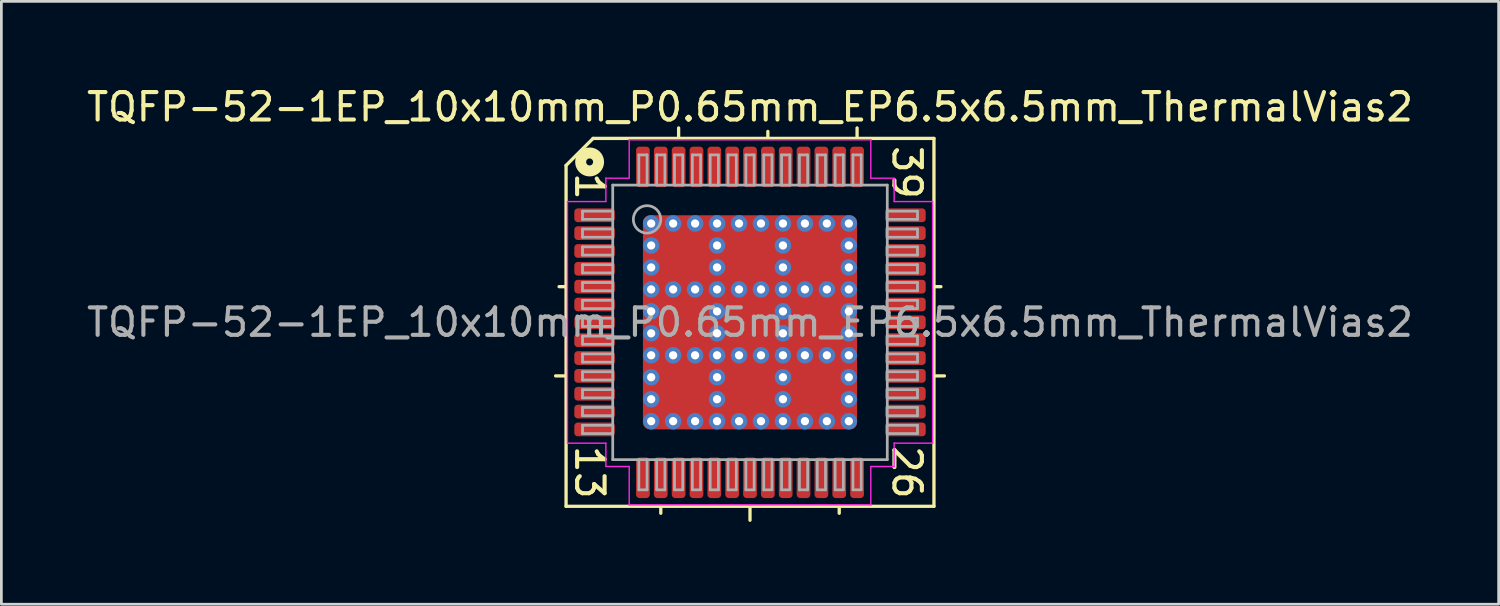
<source format=kicad_pcb>
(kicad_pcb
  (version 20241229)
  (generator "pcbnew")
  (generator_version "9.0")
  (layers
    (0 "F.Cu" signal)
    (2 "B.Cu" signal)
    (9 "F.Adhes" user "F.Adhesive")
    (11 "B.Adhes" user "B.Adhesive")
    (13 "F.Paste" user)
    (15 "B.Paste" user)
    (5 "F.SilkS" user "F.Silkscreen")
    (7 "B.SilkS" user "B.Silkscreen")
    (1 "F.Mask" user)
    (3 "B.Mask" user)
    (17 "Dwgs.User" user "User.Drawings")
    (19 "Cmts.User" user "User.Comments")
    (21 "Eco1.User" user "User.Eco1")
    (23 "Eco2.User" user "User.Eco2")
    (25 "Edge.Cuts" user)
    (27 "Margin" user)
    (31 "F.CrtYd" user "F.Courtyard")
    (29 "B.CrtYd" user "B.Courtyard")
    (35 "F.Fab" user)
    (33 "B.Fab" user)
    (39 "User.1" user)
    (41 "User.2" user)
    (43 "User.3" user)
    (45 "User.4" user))
  (footprint "TQFP-52-1EP_10x10mm_P0.65mm_EP6.5x6.5mm_ThermalVias2"
    (layer "F.Cu")
    (at 24.268 8.691)
    (property "Reference" "TQFP-52-1EP_10x10mm_P0.65mm_EP6.5x6.5mm_ThermalVias2" (at 0 -7.843 0) (layer "F.SilkS") (effects (font (size 1 1) (thickness 0.15))))
    (attr smd)
    (fp_line (start -6.7 -5.715) (end -6.7 6.7) (stroke (width 0.12) (type solid)) (layer "F.SilkS"))
    (fp_line (start -6.7 -1.3) (end -6.954 -1.3) (stroke (width 0.12) (type solid)) (layer "F.SilkS"))
    (fp_line (start -6.7 1.95) (end -7.081 1.95) (stroke (width 0.12) (type solid)) (layer "F.SilkS"))
    (fp_line (start -6.7 6.7) (end 6.7 6.7) (stroke (width 0.12) (type solid)) (layer "F.SilkS"))
    (fp_line (start -5.715 -6.7) (end -6.7 -5.715) (stroke (width 0.12) (type solid)) (layer "F.SilkS"))
    (fp_line (start -3.25 6.7) (end -3.25 6.954) (stroke (width 0.12) (type solid)) (layer "F.SilkS"))
    (fp_line (start -2.6 -6.7) (end -2.6 -7.081) (stroke (width 0.12) (type solid)) (layer "F.SilkS"))
    (fp_line (start 0 6.7) (end 0 7.208) (stroke (width 0.12) (type solid)) (layer "F.SilkS"))
    (fp_line (start 0.65 -6.7) (end 0.65 -6.954) (stroke (width 0.12) (type solid)) (layer "F.SilkS"))
    (fp_line (start 3.25 6.7) (end 3.25 6.954) (stroke (width 0.12) (type solid)) (layer "F.SilkS"))
    (fp_line (start 3.9 -6.7) (end 3.9 -7.081) (stroke (width 0.12) (type solid)) (layer "F.SilkS"))
    (fp_line (start 6.7 -6.7) (end -5.715 -6.7) (stroke (width 0.12) (type solid)) (layer "F.SilkS"))
    (fp_line (start 6.7 -1.3) (end 6.954 -1.3) (stroke (width 0.12) (type solid)) (layer "F.SilkS"))
    (fp_line (start 6.7 1.95) (end 7.081 1.95) (stroke (width 0.12) (type solid)) (layer "F.SilkS"))
    (fp_line (start 6.7 6.7) (end 6.7 -6.7) (stroke (width 0.12) (type solid)) (layer "F.SilkS"))
    (fp_circle (center -5.842 -5.842) (end -5.715 -5.842) (stroke (width 0.4) (type solid)) (fill no) (layer "F.SilkS"))
    (fp_line (start -6.65 -4.4) (end -6.65 0) (stroke (width 0.05) (type solid)) (layer "F.CrtYd"))
    (fp_line (start -6.65 4.4) (end -6.65 0) (stroke (width 0.05) (type solid)) (layer "F.CrtYd"))
    (fp_line (start -5.25 -5.25) (end -5.25 -4.4) (stroke (width 0.05) (type solid)) (layer "F.CrtYd"))
    (fp_line (start -5.25 -4.4) (end -6.65 -4.4) (stroke (width 0.05) (type solid)) (layer "F.CrtYd"))
    (fp_line (start -5.25 4.4) (end -6.65 4.4) (stroke (width 0.05) (type solid)) (layer "F.CrtYd"))
    (fp_line (start -5.25 5.25) (end -5.25 4.4) (stroke (width 0.05) (type solid)) (layer "F.CrtYd"))
    (fp_line (start -4.4 -6.65) (end -4.4 -5.25) (stroke (width 0.05) (type solid)) (layer "F.CrtYd"))
    (fp_line (start -4.4 -5.25) (end -5.25 -5.25) (stroke (width 0.05) (type solid)) (layer "F.CrtYd"))
    (fp_line (start -4.4 5.25) (end -5.25 5.25) (stroke (width 0.05) (type solid)) (layer "F.CrtYd"))
    (fp_line (start -4.4 6.65) (end -4.4 5.25) (stroke (width 0.05) (type solid)) (layer "F.CrtYd"))
    (fp_line (start 0 -6.65) (end -4.4 -6.65) (stroke (width 0.05) (type solid)) (layer "F.CrtYd"))
    (fp_line (start 0 -6.65) (end 4.4 -6.65) (stroke (width 0.05) (type solid)) (layer "F.CrtYd"))
    (fp_line (start 0 6.65) (end -4.4 6.65) (stroke (width 0.05) (type solid)) (layer "F.CrtYd"))
    (fp_line (start 0 6.65) (end 4.4 6.65) (stroke (width 0.05) (type solid)) (layer "F.CrtYd"))
    (fp_line (start 4.4 -6.65) (end 4.4 -5.25) (stroke (width 0.05) (type solid)) (layer "F.CrtYd"))
    (fp_line (start 4.4 -5.25) (end 5.25 -5.25) (stroke (width 0.05) (type solid)) (layer "F.CrtYd"))
    (fp_line (start 4.4 5.25) (end 5.25 5.25) (stroke (width 0.05) (type solid)) (layer "F.CrtYd"))
    (fp_line (start 4.4 6.65) (end 4.4 5.25) (stroke (width 0.05) (type solid)) (layer "F.CrtYd"))
    (fp_line (start 5.25 -5.25) (end 5.25 -4.4) (stroke (width 0.05) (type solid)) (layer "F.CrtYd"))
    (fp_line (start 5.25 -4.4) (end 6.65 -4.4) (stroke (width 0.05) (type solid)) (layer "F.CrtYd"))
    (fp_line (start 5.25 4.4) (end 6.65 4.4) (stroke (width 0.05) (type solid)) (layer "F.CrtYd"))
    (fp_line (start 5.25 5.25) (end 5.25 4.4) (stroke (width 0.05) (type solid)) (layer "F.CrtYd"))
    (fp_line (start 6.65 -4.4) (end 6.65 0) (stroke (width 0.05) (type solid)) (layer "F.CrtYd"))
    (fp_line (start 6.65 4.4) (end 6.65 0) (stroke (width 0.05) (type solid)) (layer "F.CrtYd"))
    (fp_line (start -6.1 -4.05) (end -6.1 -3.75) (stroke (width 0.1) (type solid)) (layer "F.Fab"))
    (fp_line (start -6.1 -4.05) (end -5 -4.05) (stroke (width 0.1) (type solid)) (layer "F.Fab"))
    (fp_line (start -6.1 -3.75) (end -5 -3.75) (stroke (width 0.1) (type solid)) (layer "F.Fab"))
    (fp_line (start -6.1 -3.4) (end -6.1 -3.1) (stroke (width 0.1) (type solid)) (layer "F.Fab"))
    (fp_line (start -6.1 -3.4) (end -5 -3.4) (stroke (width 0.1) (type solid)) (layer "F.Fab"))
    (fp_line (start -6.1 -3.1) (end -5 -3.1) (stroke (width 0.1) (type solid)) (layer "F.Fab"))
    (fp_line (start -6.1 -2.75) (end -6.1 -2.45) (stroke (width 0.1) (type solid)) (layer "F.Fab"))
    (fp_line (start -6.1 -2.75) (end -5 -2.75) (stroke (width 0.1) (type solid)) (layer "F.Fab"))
    (fp_line (start -6.1 -2.45) (end -5 -2.45) (stroke (width 0.1) (type solid)) (layer "F.Fab"))
    (fp_line (start -6.1 -2.1) (end -6.1 -1.8) (stroke (width 0.1) (type solid)) (layer "F.Fab"))
    (fp_line (start -6.1 -2.1) (end -5 -2.1) (stroke (width 0.1) (type solid)) (layer "F.Fab"))
    (fp_line (start -6.1 -1.8) (end -5 -1.8) (stroke (width 0.1) (type solid)) (layer "F.Fab"))
    (fp_line (start -6.1 -1.45) (end -6.1 -1.15) (stroke (width 0.1) (type solid)) (layer "F.Fab"))
    (fp_line (start -6.1 -1.45) (end -5 -1.45) (stroke (width 0.1) (type solid)) (layer "F.Fab"))
    (fp_line (start -6.1 -1.15) (end -5 -1.15) (stroke (width 0.1) (type solid)) (layer "F.Fab"))
    (fp_line (start -6.1 -0.8) (end -6.1 -0.5) (stroke (width 0.1) (type solid)) (layer "F.Fab"))
    (fp_line (start -6.1 -0.8) (end -5 -0.8) (stroke (width 0.1) (type solid)) (layer "F.Fab"))
    (fp_line (start -6.1 -0.5) (end -5 -0.5) (stroke (width 0.1) (type solid)) (layer "F.Fab"))
    (fp_line (start -6.1 -0.15) (end -6.1 0.15) (stroke (width 0.1) (type solid)) (layer "F.Fab"))
    (fp_line (start -6.1 -0.15) (end -5 -0.15) (stroke (width 0.1) (type solid)) (layer "F.Fab"))
    (fp_line (start -6.1 0.15) (end -5 0.15) (stroke (width 0.1) (type solid)) (layer "F.Fab"))
    (fp_line (start -6.1 0.5) (end -6.1 0.8) (stroke (width 0.1) (type solid)) (layer "F.Fab"))
    (fp_line (start -6.1 0.5) (end -5 0.5) (stroke (width 0.1) (type solid)) (layer "F.Fab"))
    (fp_line (start -6.1 0.8) (end -5 0.8) (stroke (width 0.1) (type solid)) (layer "F.Fab"))
    (fp_line (start -6.1 1.15) (end -6.1 1.45) (stroke (width 0.1) (type solid)) (layer "F.Fab"))
    (fp_line (start -6.1 1.15) (end -5 1.15) (stroke (width 0.1) (type solid)) (layer "F.Fab"))
    (fp_line (start -6.1 1.45) (end -5 1.45) (stroke (width 0.1) (type solid)) (layer "F.Fab"))
    (fp_line (start -6.1 1.8) (end -6.1 2.1) (stroke (width 0.1) (type solid)) (layer "F.Fab"))
    (fp_line (start -6.1 1.8) (end -5 1.8) (stroke (width 0.1) (type solid)) (layer "F.Fab"))
    (fp_line (start -6.1 2.1) (end -5 2.1) (stroke (width 0.1) (type solid)) (layer "F.Fab"))
    (fp_line (start -6.1 2.45) (end -6.1 2.75) (stroke (width 0.1) (type solid)) (layer "F.Fab"))
    (fp_line (start -6.1 2.45) (end -5 2.45) (stroke (width 0.1) (type solid)) (layer "F.Fab"))
    (fp_line (start -6.1 2.75) (end -5 2.75) (stroke (width 0.1) (type solid)) (layer "F.Fab"))
    (fp_line (start -6.1 3.1) (end -6.1 3.4) (stroke (width 0.1) (type solid)) (layer "F.Fab"))
    (fp_line (start -6.1 3.1) (end -5 3.1) (stroke (width 0.1) (type solid)) (layer "F.Fab"))
    (fp_line (start -6.1 3.4) (end -5 3.4) (stroke (width 0.1) (type solid)) (layer "F.Fab"))
    (fp_line (start -6.1 3.75) (end -6.1 4.05) (stroke (width 0.1) (type solid)) (layer "F.Fab"))
    (fp_line (start -6.1 3.75) (end -5 3.75) (stroke (width 0.1) (type solid)) (layer "F.Fab"))
    (fp_line (start -6.1 4.05) (end -5 4.05) (stroke (width 0.1) (type solid)) (layer "F.Fab"))
    (fp_line (start -5 -5) (end 5 -5) (stroke (width 0.1) (type solid)) (layer "F.Fab"))
    (fp_line (start -5 5) (end -5 -5) (stroke (width 0.1) (type solid)) (layer "F.Fab"))
    (fp_line (start -4.05 -6.1) (end -4.05 -5) (stroke (width 0.1) (type solid)) (layer "F.Fab"))
    (fp_line (start -4.05 6.1) (end -4.05 5) (stroke (width 0.1) (type solid)) (layer "F.Fab"))
    (fp_line (start -4.05 6.1) (end -3.75 6.1) (stroke (width 0.1) (type solid)) (layer "F.Fab"))
    (fp_line (start -3.75 -6.1) (end -4.05 -6.1) (stroke (width 0.1) (type solid)) (layer "F.Fab"))
    (fp_line (start -3.75 -6.1) (end -3.75 -5) (stroke (width 0.1) (type solid)) (layer "F.Fab"))
    (fp_line (start -3.75 6.1) (end -3.75 5) (stroke (width 0.1) (type solid)) (layer "F.Fab"))
    (fp_line (start -3.4 -6.1) (end -3.4 -5) (stroke (width 0.1) (type solid)) (layer "F.Fab"))
    (fp_line (start -3.4 6.1) (end -3.4 5) (stroke (width 0.1) (type solid)) (layer "F.Fab"))
    (fp_line (start -3.4 6.1) (end -3.1 6.1) (stroke (width 0.1) (type solid)) (layer "F.Fab"))
    (fp_line (start -3.1 -6.1) (end -3.4 -6.1) (stroke (width 0.1) (type solid)) (layer "F.Fab"))
    (fp_line (start -3.1 -6.1) (end -3.1 -5) (stroke (width 0.1) (type solid)) (layer "F.Fab"))
    (fp_line (start -3.1 6.1) (end -3.1 5) (stroke (width 0.1) (type solid)) (layer "F.Fab"))
    (fp_line (start -2.75 -6.1) (end -2.75 -5) (stroke (width 0.1) (type solid)) (layer "F.Fab"))
    (fp_line (start -2.75 6.1) (end -2.75 5) (stroke (width 0.1) (type solid)) (layer "F.Fab"))
    (fp_line (start -2.75 6.1) (end -2.45 6.1) (stroke (width 0.1) (type solid)) (layer "F.Fab"))
    (fp_line (start -2.45 -6.1) (end -2.75 -6.1) (stroke (width 0.1) (type solid)) (layer "F.Fab"))
    (fp_line (start -2.45 -6.1) (end -2.45 -5) (stroke (width 0.1) (type solid)) (layer "F.Fab"))
    (fp_line (start -2.45 6.1) (end -2.45 5) (stroke (width 0.1) (type solid)) (layer "F.Fab"))
    (fp_line (start -2.1 -6.1) (end -2.1 -5) (stroke (width 0.1) (type solid)) (layer "F.Fab"))
    (fp_line (start -2.1 6.1) (end -2.1 5) (stroke (width 0.1) (type solid)) (layer "F.Fab"))
    (fp_line (start -2.1 6.1) (end -1.8 6.1) (stroke (width 0.1) (type solid)) (layer "F.Fab"))
    (fp_line (start -1.8 -6.1) (end -2.1 -6.1) (stroke (width 0.1) (type solid)) (layer "F.Fab"))
    (fp_line (start -1.8 -6.1) (end -1.8 -5) (stroke (width 0.1) (type solid)) (layer "F.Fab"))
    (fp_line (start -1.8 6.1) (end -1.8 5) (stroke (width 0.1) (type solid)) (layer "F.Fab"))
    (fp_line (start -1.45 -6.1) (end -1.45 -5) (stroke (width 0.1) (type solid)) (layer "F.Fab"))
    (fp_line (start -1.45 6.1) (end -1.45 5) (stroke (width 0.1) (type solid)) (layer "F.Fab"))
    (fp_line (start -1.45 6.1) (end -1.15 6.1) (stroke (width 0.1) (type solid)) (layer "F.Fab"))
    (fp_line (start -1.15 -6.1) (end -1.45 -6.1) (stroke (width 0.1) (type solid)) (layer "F.Fab"))
    (fp_line (start -1.15 -6.1) (end -1.15 -5) (stroke (width 0.1) (type solid)) (layer "F.Fab"))
    (fp_line (start -1.15 6.1) (end -1.15 5) (stroke (width 0.1) (type solid)) (layer "F.Fab"))
    (fp_line (start -0.8 -6.1) (end -0.8 -5) (stroke (width 0.1) (type solid)) (layer "F.Fab"))
    (fp_line (start -0.8 6.1) (end -0.8 5) (stroke (width 0.1) (type solid)) (layer "F.Fab"))
    (fp_line (start -0.8 6.1) (end -0.5 6.1) (stroke (width 0.1) (type solid)) (layer "F.Fab"))
    (fp_line (start -0.5 -6.1) (end -0.8 -6.1) (stroke (width 0.1) (type solid)) (layer "F.Fab"))
    (fp_line (start -0.5 -6.1) (end -0.5 -5) (stroke (width 0.1) (type solid)) (layer "F.Fab"))
    (fp_line (start -0.5 6.1) (end -0.5 5) (stroke (width 0.1) (type solid)) (layer "F.Fab"))
    (fp_line (start -0.15 -6.1) (end -0.15 -5) (stroke (width 0.1) (type solid)) (layer "F.Fab"))
    (fp_line (start -0.15 6.1) (end -0.15 5) (stroke (width 0.1) (type solid)) (layer "F.Fab"))
    (fp_line (start -0.15 6.1) (end 0.15 6.1) (stroke (width 0.1) (type solid)) (layer "F.Fab"))
    (fp_line (start 0.15 -6.1) (end -0.15 -6.1) (stroke (width 0.1) (type solid)) (layer "F.Fab"))
    (fp_line (start 0.15 -6.1) (end 0.15 -5) (stroke (width 0.1) (type solid)) (layer "F.Fab"))
    (fp_line (start 0.15 6.1) (end 0.15 5) (stroke (width 0.1) (type solid)) (layer "F.Fab"))
    (fp_line (start 0.5 -6.1) (end 0.5 -5) (stroke (width 0.1) (type solid)) (layer "F.Fab"))
    (fp_line (start 0.5 6.1) (end 0.5 5) (stroke (width 0.1) (type solid)) (layer "F.Fab"))
    (fp_line (start 0.5 6.1) (end 0.8 6.1) (stroke (width 0.1) (type solid)) (layer "F.Fab"))
    (fp_line (start 0.8 -6.1) (end 0.5 -6.1) (stroke (width 0.1) (type solid)) (layer "F.Fab"))
    (fp_line (start 0.8 -6.1) (end 0.8 -5) (stroke (width 0.1) (type solid)) (layer "F.Fab"))
    (fp_line (start 0.8 6.1) (end 0.8 5) (stroke (width 0.1) (type solid)) (layer "F.Fab"))
    (fp_line (start 1.15 -6.1) (end 1.15 -5) (stroke (width 0.1) (type solid)) (layer "F.Fab"))
    (fp_line (start 1.15 6.1) (end 1.15 5) (stroke (width 0.1) (type solid)) (layer "F.Fab"))
    (fp_line (start 1.15 6.1) (end 1.45 6.1) (stroke (width 0.1) (type solid)) (layer "F.Fab"))
    (fp_line (start 1.45 -6.1) (end 1.15 -6.1) (stroke (width 0.1) (type solid)) (layer "F.Fab"))
    (fp_line (start 1.45 -6.1) (end 1.45 -5) (stroke (width 0.1) (type solid)) (layer "F.Fab"))
    (fp_line (start 1.45 6.1) (end 1.45 5) (stroke (width 0.1) (type solid)) (layer "F.Fab"))
    (fp_line (start 1.8 -6.1) (end 1.8 -5) (stroke (width 0.1) (type solid)) (layer "F.Fab"))
    (fp_line (start 1.8 6.1) (end 1.8 5) (stroke (width 0.1) (type solid)) (layer "F.Fab"))
    (fp_line (start 1.8 6.1) (end 2.1 6.1) (stroke (width 0.1) (type solid)) (layer "F.Fab"))
    (fp_line (start 2.1 -6.1) (end 1.8 -6.1) (stroke (width 0.1) (type solid)) (layer "F.Fab"))
    (fp_line (start 2.1 -6.1) (end 2.1 -5) (stroke (width 0.1) (type solid)) (layer "F.Fab"))
    (fp_line (start 2.1 6.1) (end 2.1 5) (stroke (width 0.1) (type solid)) (layer "F.Fab"))
    (fp_line (start 2.45 -6.1) (end 2.45 -5) (stroke (width 0.1) (type solid)) (layer "F.Fab"))
    (fp_line (start 2.45 6.1) (end 2.45 5) (stroke (width 0.1) (type solid)) (layer "F.Fab"))
    (fp_line (start 2.45 6.1) (end 2.75 6.1) (stroke (width 0.1) (type solid)) (layer "F.Fab"))
    (fp_line (start 2.75 -6.1) (end 2.45 -6.1) (stroke (width 0.1) (type solid)) (layer "F.Fab"))
    (fp_line (start 2.75 -6.1) (end 2.75 -5) (stroke (width 0.1) (type solid)) (layer "F.Fab"))
    (fp_line (start 2.75 6.1) (end 2.75 5) (stroke (width 0.1) (type solid)) (layer "F.Fab"))
    (fp_line (start 3.1 -6.1) (end 3.1 -5) (stroke (width 0.1) (type solid)) (layer "F.Fab"))
    (fp_line (start 3.1 6.1) (end 3.1 5) (stroke (width 0.1) (type solid)) (layer "F.Fab"))
    (fp_line (start 3.1 6.1) (end 3.4 6.1) (stroke (width 0.1) (type solid)) (layer "F.Fab"))
    (fp_line (start 3.4 -6.1) (end 3.1 -6.1) (stroke (width 0.1) (type solid)) (layer "F.Fab"))
    (fp_line (start 3.4 -6.1) (end 3.4 -5) (stroke (width 0.1) (type solid)) (layer "F.Fab"))
    (fp_line (start 3.4 6.1) (end 3.4 5) (stroke (width 0.1) (type solid)) (layer "F.Fab"))
    (fp_line (start 3.75 -6.1) (end 3.75 -5) (stroke (width 0.1) (type solid)) (layer "F.Fab"))
    (fp_line (start 3.75 6.1) (end 3.75 5) (stroke (width 0.1) (type solid)) (layer "F.Fab"))
    (fp_line (start 3.75 6.1) (end 4.05 6.1) (stroke (width 0.1) (type solid)) (layer "F.Fab"))
    (fp_line (start 4.05 -6.1) (end 3.75 -6.1) (stroke (width 0.1) (type solid)) (layer "F.Fab"))
    (fp_line (start 4.05 -6.1) (end 4.05 -5) (stroke (width 0.1) (type solid)) (layer "F.Fab"))
    (fp_line (start 4.05 6.1) (end 4.05 5) (stroke (width 0.1) (type solid)) (layer "F.Fab"))
    (fp_line (start 5 -5) (end 5 5) (stroke (width 0.1) (type solid)) (layer "F.Fab"))
    (fp_line (start 5 5) (end -5 5) (stroke (width 0.1) (type solid)) (layer "F.Fab"))
    (fp_line (start 6.1 -4.05) (end 5 -4.05) (stroke (width 0.1) (type solid)) (layer "F.Fab"))
    (fp_line (start 6.1 -3.75) (end 5 -3.75) (stroke (width 0.1) (type solid)) (layer "F.Fab"))
    (fp_line (start 6.1 -3.75) (end 6.1 -4.05) (stroke (width 0.1) (type solid)) (layer "F.Fab"))
    (fp_line (start 6.1 -3.4) (end 5 -3.4) (stroke (width 0.1) (type solid)) (layer "F.Fab"))
    (fp_line (start 6.1 -3.1) (end 5 -3.1) (stroke (width 0.1) (type solid)) (layer "F.Fab"))
    (fp_line (start 6.1 -3.1) (end 6.1 -3.4) (stroke (width 0.1) (type solid)) (layer "F.Fab"))
    (fp_line (start 6.1 -2.75) (end 5 -2.75) (stroke (width 0.1) (type solid)) (layer "F.Fab"))
    (fp_line (start 6.1 -2.45) (end 5 -2.45) (stroke (width 0.1) (type solid)) (layer "F.Fab"))
    (fp_line (start 6.1 -2.45) (end 6.1 -2.75) (stroke (width 0.1) (type solid)) (layer "F.Fab"))
    (fp_line (start 6.1 -2.1) (end 5 -2.1) (stroke (width 0.1) (type solid)) (layer "F.Fab"))
    (fp_line (start 6.1 -1.8) (end 5 -1.8) (stroke (width 0.1) (type solid)) (layer "F.Fab"))
    (fp_line (start 6.1 -1.8) (end 6.1 -2.1) (stroke (width 0.1) (type solid)) (layer "F.Fab"))
    (fp_line (start 6.1 -1.45) (end 5 -1.45) (stroke (width 0.1) (type solid)) (layer "F.Fab"))
    (fp_line (start 6.1 -1.15) (end 5 -1.15) (stroke (width 0.1) (type solid)) (layer "F.Fab"))
    (fp_line (start 6.1 -1.15) (end 6.1 -1.45) (stroke (width 0.1) (type solid)) (layer "F.Fab"))
    (fp_line (start 6.1 -0.8) (end 5 -0.8) (stroke (width 0.1) (type solid)) (layer "F.Fab"))
    (fp_line (start 6.1 -0.5) (end 5 -0.5) (stroke (width 0.1) (type solid)) (layer "F.Fab"))
    (fp_line (start 6.1 -0.5) (end 6.1 -0.8) (stroke (width 0.1) (type solid)) (layer "F.Fab"))
    (fp_line (start 6.1 -0.15) (end 5 -0.15) (stroke (width 0.1) (type solid)) (layer "F.Fab"))
    (fp_line (start 6.1 0.15) (end 5 0.15) (stroke (width 0.1) (type solid)) (layer "F.Fab"))
    (fp_line (start 6.1 0.15) (end 6.1 -0.15) (stroke (width 0.1) (type solid)) (layer "F.Fab"))
    (fp_line (start 6.1 0.5) (end 5 0.5) (stroke (width 0.1) (type solid)) (layer "F.Fab"))
    (fp_line (start 6.1 0.8) (end 5 0.8) (stroke (width 0.1) (type solid)) (layer "F.Fab"))
    (fp_line (start 6.1 0.8) (end 6.1 0.5) (stroke (width 0.1) (type solid)) (layer "F.Fab"))
    (fp_line (start 6.1 1.15) (end 5 1.15) (stroke (width 0.1) (type solid)) (layer "F.Fab"))
    (fp_line (start 6.1 1.45) (end 5 1.45) (stroke (width 0.1) (type solid)) (layer "F.Fab"))
    (fp_line (start 6.1 1.45) (end 6.1 1.15) (stroke (width 0.1) (type solid)) (layer "F.Fab"))
    (fp_line (start 6.1 1.8) (end 5 1.8) (stroke (width 0.1) (type solid)) (layer "F.Fab"))
    (fp_line (start 6.1 2.1) (end 5 2.1) (stroke (width 0.1) (type solid)) (layer "F.Fab"))
    (fp_line (start 6.1 2.1) (end 6.1 1.8) (stroke (width 0.1) (type solid)) (layer "F.Fab"))
    (fp_line (start 6.1 2.45) (end 5 2.45) (stroke (width 0.1) (type solid)) (layer "F.Fab"))
    (fp_line (start 6.1 2.75) (end 5 2.75) (stroke (width 0.1) (type solid)) (layer "F.Fab"))
    (fp_line (start 6.1 2.75) (end 6.1 2.45) (stroke (width 0.1) (type solid)) (layer "F.Fab"))
    (fp_line (start 6.1 3.1) (end 5 3.1) (stroke (width 0.1) (type solid)) (layer "F.Fab"))
    (fp_line (start 6.1 3.4) (end 5 3.4) (stroke (width 0.1) (type solid)) (layer "F.Fab"))
    (fp_line (start 6.1 3.4) (end 6.1 3.1) (stroke (width 0.1) (type solid)) (layer "F.Fab"))
    (fp_line (start 6.1 3.75) (end 5 3.75) (stroke (width 0.1) (type solid)) (layer "F.Fab"))
    (fp_line (start 6.1 4.05) (end 5 4.05) (stroke (width 0.1) (type solid)) (layer "F.Fab"))
    (fp_line (start 6.1 4.05) (end 6.1 3.75) (stroke (width 0.1) (type solid)) (layer "F.Fab"))
    (fp_circle (center -3.75 -3.75) (end -3.25 -3.75) (stroke (width 0.1) (type solid)) (fill no) (layer "F.Fab"))
    (fp_text user "13" (at -5.842 5.461 270) (unlocked yes) (layer "F.SilkS") (effects (font (size 1 1) (thickness 0.15))))
    (fp_text user "39" (at 5.715 -5.461 270) (unlocked yes) (layer "F.SilkS") (effects (font (size 1 1) (thickness 0.15))))
    (fp_text user "26" (at 5.715 5.461 270) (unlocked yes) (layer "F.SilkS") (effects (font (size 1 1) (thickness 0.15))))
    (fp_text user "1" (at -5.842 -4.953 270) (unlocked yes) (layer "F.SilkS") (effects (font (size 1 1) (thickness 0.15))))
    (fp_text user "${REFERENCE}" (at 0 0 0) (layer "F.Fab") (effects (font (size 1 1) (thickness 0.15))))
    (pad "" smd roundrect (at -2.825 -2.825 180) (size 0.65 0.65) (layers "F.Paste") (roundrect_rratio 0.25))
    (pad "" smd roundrect (at -2.825 -1.925 180) (size 0.65 0.65) (layers "F.Paste") (roundrect_rratio 0.25))
    (pad "" smd roundrect (at -2.825 -0.45 90) (size 0.7 0.65) (layers "F.Paste") (roundrect_rratio 0.25))
    (pad "" smd roundrect (at -2.825 0.45 90) (size 0.7 0.65) (layers "F.Paste") (roundrect_rratio 0.25))
    (pad "" smd roundrect (at -2.825 1.925 180) (size 0.65 0.65) (layers "F.Paste") (roundrect_rratio 0.25))
    (pad "" smd roundrect (at -2.825 2.825 180) (size 0.65 0.65) (layers "F.Paste") (roundrect_rratio 0.25))
    (pad "" smd roundrect (at -2.375 -2.375 180) (size 1.75 1.75) (layers "F.Mask") (roundrect_rratio 0.143))
    (pad "" smd roundrect (at -2.375 0 90) (size 1.8 1.75) (layers "F.Mask") (roundrect_rratio 0.143))
    (pad "" smd roundrect (at -2.375 2.375 180) (size 1.75 1.75) (layers "F.Mask") (roundrect_rratio 0.143))
    (pad "" smd roundrect (at -1.925 -2.825 180) (size 0.65 0.65) (layers "F.Paste") (roundrect_rratio 0.25))
    (pad "" smd roundrect (at -1.925 -1.925 180) (size 0.65 0.65) (layers "F.Paste") (roundrect_rratio 0.25))
    (pad "" smd roundrect (at -1.925 -0.45 90) (size 0.7 0.65) (layers "F.Paste") (roundrect_rratio 0.25))
    (pad "" smd roundrect (at -1.925 0.45 90) (size 0.7 0.65) (layers "F.Paste") (roundrect_rratio 0.25))
    (pad "" smd roundrect (at -1.925 1.925 180) (size 0.65 0.65) (layers "F.Paste") (roundrect_rratio 0.25))
    (pad "" smd roundrect (at -1.925 2.825 180) (size 0.65 0.65) (layers "F.Paste") (roundrect_rratio 0.25))
    (pad "" smd roundrect (at -0.45 -2.825 180) (size 0.7 0.65) (layers "F.Paste") (roundrect_rratio 0.25))
    (pad "" smd roundrect (at -0.45 -1.925 180) (size 0.7 0.65) (layers "F.Paste") (roundrect_rratio 0.25))
    (pad "" smd roundrect (at -0.45 -0.45 90) (size 0.7 0.7) (layers "F.Paste") (roundrect_rratio 0.25))
    (pad "" smd roundrect (at -0.45 0.45 90) (size 0.7 0.7) (layers "F.Paste") (roundrect_rratio 0.25))
    (pad "" smd roundrect (at -0.45 1.925 180) (size 0.7 0.65) (layers "F.Paste") (roundrect_rratio 0.25))
    (pad "" smd roundrect (at -0.45 2.825 180) (size 0.7 0.65) (layers "F.Paste") (roundrect_rratio 0.25))
    (pad "" smd roundrect (at 0 -2.375 180) (size 1.8 1.75) (layers "F.Mask") (roundrect_rratio 0.143))
    (pad "" smd roundrect (at 0 0 90) (size 1.8 1.8) (layers "F.Mask") (roundrect_rratio 0.139))
    (pad "" smd roundrect (at 0 2.375 180) (size 1.8 1.75) (layers "F.Mask") (roundrect_rratio 0.143))
    (pad "" smd roundrect (at 0.45 -2.825 180) (size 0.7 0.65) (layers "F.Paste") (roundrect_rratio 0.25))
    (pad "" smd roundrect (at 0.45 -1.925 180) (size 0.7 0.65) (layers "F.Paste") (roundrect_rratio 0.25))
    (pad "" smd roundrect (at 0.45 -0.45 90) (size 0.7 0.7) (layers "F.Paste") (roundrect_rratio 0.25))
    (pad "" smd roundrect (at 0.45 0.45 90) (size 0.7 0.7) (layers "F.Paste") (roundrect_rratio 0.25))
    (pad "" smd roundrect (at 0.45 1.925 180) (size 0.7 0.65) (layers "F.Paste") (roundrect_rratio 0.25))
    (pad "" smd roundrect (at 0.45 2.825 180) (size 0.7 0.65) (layers "F.Paste") (roundrect_rratio 0.25))
    (pad "" smd roundrect (at 1.925 -2.825 180) (size 0.65 0.65) (layers "F.Paste") (roundrect_rratio 0.25))
    (pad "" smd roundrect (at 1.925 -1.925 180) (size 0.65 0.65) (layers "F.Paste") (roundrect_rratio 0.25))
    (pad "" smd roundrect (at 1.925 -0.45 90) (size 0.7 0.65) (layers "F.Paste") (roundrect_rratio 0.25))
    (pad "" smd roundrect (at 1.925 0.45 90) (size 0.7 0.65) (layers "F.Paste") (roundrect_rratio 0.25))
    (pad "" smd roundrect (at 1.925 1.925 180) (size 0.65 0.65) (layers "F.Paste") (roundrect_rratio 0.25))
    (pad "" smd roundrect (at 1.925 2.825 180) (size 0.65 0.65) (layers "F.Paste") (roundrect_rratio 0.25))
    (pad "" smd roundrect (at 2.375 -2.375 180) (size 1.75 1.75) (layers "F.Mask") (roundrect_rratio 0.143))
    (pad "" smd roundrect (at 2.375 0 90) (size 1.8 1.75) (layers "F.Mask") (roundrect_rratio 0.143))
    (pad "" smd roundrect (at 2.375 2.375 180) (size 1.75 1.75) (layers "F.Mask") (roundrect_rratio 0.143))
    (pad "" smd roundrect (at 2.825 -2.825 180) (size 0.65 0.65) (layers "F.Paste") (roundrect_rratio 0.25))
    (pad "" smd roundrect (at 2.825 -1.925 180) (size 0.65 0.65) (layers "F.Paste") (roundrect_rratio 0.25))
    (pad "" smd roundrect (at 2.825 -0.45 90) (size 0.7 0.65) (layers "F.Paste") (roundrect_rratio 0.25))
    (pad "" smd roundrect (at 2.825 0.45 90) (size 0.7 0.65) (layers "F.Paste") (roundrect_rratio 0.25))
    (pad "" smd roundrect (at 2.825 1.925 180) (size 0.65 0.65) (layers "F.Paste") (roundrect_rratio 0.25))
    (pad "" smd roundrect (at 2.825 2.825 180) (size 0.65 0.65) (layers "F.Paste") (roundrect_rratio 0.25))
    (pad "1" smd roundrect (at -5.662 -3.9) (size 1.475 0.5) (layers "F.Cu" "F.Mask" "F.Paste") (roundrect_rratio 0.25))
    (pad "2" smd roundrect (at -5.662 -3.25) (size 1.475 0.5) (layers "F.Cu" "F.Mask" "F.Paste") (roundrect_rratio 0.25))
    (pad "3" smd roundrect (at -5.662 -2.6) (size 1.475 0.5) (layers "F.Cu" "F.Mask" "F.Paste") (roundrect_rratio 0.25))
    (pad "4" smd roundrect (at -5.662 -1.95) (size 1.475 0.5) (layers "F.Cu" "F.Mask" "F.Paste") (roundrect_rratio 0.25))
    (pad "5" smd roundrect (at -5.662 -1.3) (size 1.475 0.5) (layers "F.Cu" "F.Mask" "F.Paste") (roundrect_rratio 0.25))
    (pad "6" smd roundrect (at -5.662 -0.65) (size 1.475 0.5) (layers "F.Cu" "F.Mask" "F.Paste") (roundrect_rratio 0.25))
    (pad "7" smd roundrect (at -5.662 0) (size 1.475 0.5) (layers "F.Cu" "F.Mask" "F.Paste") (roundrect_rratio 0.25))
    (pad "8" smd roundrect (at -5.662 0.65) (size 1.475 0.5) (layers "F.Cu" "F.Mask" "F.Paste") (roundrect_rratio 0.25))
    (pad "9" smd roundrect (at -5.662 1.3) (size 1.475 0.5) (layers "F.Cu" "F.Mask" "F.Paste") (roundrect_rratio 0.25))
    (pad "10" smd roundrect (at -5.662 1.95) (size 1.475 0.5) (layers "F.Cu" "F.Mask" "F.Paste") (roundrect_rratio 0.25))
    (pad "11" smd roundrect (at -5.662 2.6) (size 1.475 0.5) (layers "F.Cu" "F.Mask" "F.Paste") (roundrect_rratio 0.25))
    (pad "12" smd roundrect (at -5.662 3.25) (size 1.475 0.5) (layers "F.Cu" "F.Mask" "F.Paste") (roundrect_rratio 0.25))
    (pad "13" smd roundrect (at -5.662 3.9) (size 1.475 0.5) (layers "F.Cu" "F.Mask" "F.Paste") (roundrect_rratio 0.25))
    (pad "14" smd roundrect (at -3.9 5.662) (size 0.5 1.475) (layers "F.Cu" "F.Mask" "F.Paste") (roundrect_rratio 0.25))
    (pad "15" smd roundrect (at -3.25 5.662) (size 0.5 1.475) (layers "F.Cu" "F.Mask" "F.Paste") (roundrect_rratio 0.25))
    (pad "16" smd roundrect (at -2.6 5.662) (size 0.5 1.475) (layers "F.Cu" "F.Mask" "F.Paste") (roundrect_rratio 0.25))
    (pad "17" smd roundrect (at -1.95 5.662) (size 0.5 1.475) (layers "F.Cu" "F.Mask" "F.Paste") (roundrect_rratio 0.25))
    (pad "18" smd roundrect (at -1.3 5.662) (size 0.5 1.475) (layers "F.Cu" "F.Mask" "F.Paste") (roundrect_rratio 0.25))
    (pad "19" smd roundrect (at -0.65 5.662) (size 0.5 1.475) (layers "F.Cu" "F.Mask" "F.Paste") (roundrect_rratio 0.25))
    (pad "20" smd roundrect (at 0 5.662) (size 0.5 1.475) (layers "F.Cu" "F.Mask" "F.Paste") (roundrect_rratio 0.25))
    (pad "21" smd roundrect (at 0.65 5.662) (size 0.5 1.475) (layers "F.Cu" "F.Mask" "F.Paste") (roundrect_rratio 0.25))
    (pad "22" smd roundrect (at 1.3 5.662) (size 0.5 1.475) (layers "F.Cu" "F.Mask" "F.Paste") (roundrect_rratio 0.25))
    (pad "23" smd roundrect (at 1.95 5.662) (size 0.5 1.475) (layers "F.Cu" "F.Mask" "F.Paste") (roundrect_rratio 0.25))
    (pad "24" smd roundrect (at 2.6 5.662) (size 0.5 1.475) (layers "F.Cu" "F.Mask" "F.Paste") (roundrect_rratio 0.25))
    (pad "25" smd roundrect (at 3.25 5.662) (size 0.5 1.475) (layers "F.Cu" "F.Mask" "F.Paste") (roundrect_rratio 0.25))
    (pad "26" smd roundrect (at 3.9 5.662) (size 0.5 1.475) (layers "F.Cu" "F.Mask" "F.Paste") (roundrect_rratio 0.25))
    (pad "27" smd roundrect (at 5.662 3.9) (size 1.475 0.5) (layers "F.Cu" "F.Mask" "F.Paste") (roundrect_rratio 0.25))
    (pad "28" smd roundrect (at 5.662 3.25) (size 1.475 0.5) (layers "F.Cu" "F.Mask" "F.Paste") (roundrect_rratio 0.25))
    (pad "29" smd roundrect (at 5.662 2.6) (size 1.475 0.5) (layers "F.Cu" "F.Mask" "F.Paste") (roundrect_rratio 0.25))
    (pad "30" smd roundrect (at 5.662 1.95) (size 1.475 0.5) (layers "F.Cu" "F.Mask" "F.Paste") (roundrect_rratio 0.25))
    (pad "31" smd roundrect (at 5.662 1.3) (size 1.475 0.5) (layers "F.Cu" "F.Mask" "F.Paste") (roundrect_rratio 0.25))
    (pad "32" smd roundrect (at 5.662 0.65) (size 1.475 0.5) (layers "F.Cu" "F.Mask" "F.Paste") (roundrect_rratio 0.25))
    (pad "33" smd roundrect (at 5.662 0) (size 1.475 0.5) (layers "F.Cu" "F.Mask" "F.Paste") (roundrect_rratio 0.25))
    (pad "34" smd roundrect (at 5.662 -0.65) (size 1.475 0.5) (layers "F.Cu" "F.Mask" "F.Paste") (roundrect_rratio 0.25))
    (pad "35" smd roundrect (at 5.662 -1.3) (size 1.475 0.5) (layers "F.Cu" "F.Mask" "F.Paste") (roundrect_rratio 0.25))
    (pad "36" smd roundrect (at 5.662 -1.95) (size 1.475 0.5) (layers "F.Cu" "F.Mask" "F.Paste") (roundrect_rratio 0.25))
    (pad "37" smd roundrect (at 5.662 -2.6) (size 1.475 0.5) (layers "F.Cu" "F.Mask" "F.Paste") (roundrect_rratio 0.25))
    (pad "38" smd roundrect (at 5.662 -3.25) (size 1.475 0.5) (layers "F.Cu" "F.Mask" "F.Paste") (roundrect_rratio 0.25))
    (pad "39" smd roundrect (at 5.662 -3.9) (size 1.475 0.5) (layers "F.Cu" "F.Mask" "F.Paste") (roundrect_rratio 0.25))
    (pad "40" smd roundrect (at 3.9 -5.662) (size 0.5 1.475) (layers "F.Cu" "F.Mask" "F.Paste") (roundrect_rratio 0.25))
    (pad "41" smd roundrect (at 3.25 -5.662) (size 0.5 1.475) (layers "F.Cu" "F.Mask" "F.Paste") (roundrect_rratio 0.25))
    (pad "42" smd roundrect (at 2.6 -5.662) (size 0.5 1.475) (layers "F.Cu" "F.Mask" "F.Paste") (roundrect_rratio 0.25))
    (pad "43" smd roundrect (at 1.95 -5.662) (size 0.5 1.475) (layers "F.Cu" "F.Mask" "F.Paste") (roundrect_rratio 0.25))
    (pad "44" smd roundrect (at 1.3 -5.662) (size 0.5 1.475) (layers "F.Cu" "F.Mask" "F.Paste") (roundrect_rratio 0.25))
    (pad "45" smd roundrect (at 0.65 -5.662) (size 0.5 1.475) (layers "F.Cu" "F.Mask" "F.Paste") (roundrect_rratio 0.25))
    (pad "46" smd roundrect (at 0 -5.662) (size 0.5 1.475) (layers "F.Cu" "F.Mask" "F.Paste") (roundrect_rratio 0.25))
    (pad "47" smd roundrect (at -0.65 -5.662) (size 0.5 1.475) (layers "F.Cu" "F.Mask" "F.Paste") (roundrect_rratio 0.25))
    (pad "48" smd roundrect (at -1.3 -5.662) (size 0.5 1.475) (layers "F.Cu" "F.Mask" "F.Paste") (roundrect_rratio 0.25))
    (pad "49" smd roundrect (at -1.95 -5.662) (size 0.5 1.475) (layers "F.Cu" "F.Mask" "F.Paste") (roundrect_rratio 0.25))
    (pad "50" smd roundrect (at -2.6 -5.662) (size 0.5 1.475) (layers "F.Cu" "F.Mask" "F.Paste") (roundrect_rratio 0.25))
    (pad "51" smd roundrect (at -3.25 -5.662) (size 0.5 1.475) (layers "F.Cu" "F.Mask" "F.Paste") (roundrect_rratio 0.25))
    (pad "52" smd roundrect (at -3.9 -5.662) (size 0.5 1.475) (layers "F.Cu" "F.Mask" "F.Paste") (roundrect_rratio 0.25))
    (pad "53" thru_hole circle (at -3.6 -3.6 270) (size 0.6 0.6) (drill 0.3) (property pad_prop_heatsink) (layers "*.Cu" "*.Mask"))
    (pad "53" thru_hole circle (at -3.6 -2.8 270) (size 0.6 0.6) (drill 0.3) (property pad_prop_heatsink) (layers "*.Cu" "*.Mask"))
    (pad "53" thru_hole circle (at -3.6 -2 270) (size 0.6 0.6) (drill 0.3) (property pad_prop_heatsink) (layers "*.Cu" "*.Mask"))
    (pad "53" thru_hole circle (at -3.6 -1.2 270) (size 0.6 0.6) (drill 0.3) (property pad_prop_heatsink) (layers "*.Cu" "*.Mask"))
    (pad "53" thru_hole circle (at -3.6 -0.4 270) (size 0.6 0.6) (drill 0.3) (property pad_prop_heatsink) (layers "*.Cu" "*.Mask"))
    (pad "53" thru_hole circle (at -3.6 0.4 270) (size 0.6 0.6) (drill 0.3) (property pad_prop_heatsink) (layers "*.Cu" "*.Mask"))
    (pad "53" thru_hole circle (at -3.6 1.2 270) (size 0.6 0.6) (drill 0.3) (property pad_prop_heatsink) (layers "*.Cu" "*.Mask"))
    (pad "53" thru_hole circle (at -3.6 2 270) (size 0.6 0.6) (drill 0.3) (property pad_prop_heatsink) (layers "*.Cu" "*.Mask"))
    (pad "53" thru_hole circle (at -3.6 2.8 270) (size 0.6 0.6) (drill 0.3) (property pad_prop_heatsink) (layers "*.Cu" "*.Mask"))
    (pad "53" thru_hole circle (at -3.6 3.6 270) (size 0.6 0.6) (drill 0.3) (property pad_prop_heatsink) (layers "*.Cu" "*.Mask"))
    (pad "53" thru_hole circle (at -2.8 -3.6 270) (size 0.6 0.6) (drill 0.3) (property pad_prop_heatsink) (layers "*.Cu" "*.Mask"))
    (pad "53" thru_hole circle (at -2.8 -1.2 270) (size 0.6 0.6) (drill 0.3) (property pad_prop_heatsink) (layers "*.Cu" "*.Mask"))
    (pad "53" thru_hole circle (at -2.8 1.2 270) (size 0.6 0.6) (drill 0.3) (property pad_prop_heatsink) (layers "*.Cu" "*.Mask"))
    (pad "53" thru_hole circle (at -2.8 3.6 270) (size 0.6 0.6) (drill 0.3) (property pad_prop_heatsink) (layers "*.Cu" "*.Mask"))
    (pad "53" thru_hole circle (at -2 -3.6 270) (size 0.6 0.6) (drill 0.3) (property pad_prop_heatsink) (layers "*.Cu" "*.Mask"))
    (pad "53" thru_hole circle (at -2 -1.2 270) (size 0.6 0.6) (drill 0.3) (property pad_prop_heatsink) (layers "*.Cu" "*.Mask"))
    (pad "53" thru_hole circle (at -2 1.2 270) (size 0.6 0.6) (drill 0.3) (property pad_prop_heatsink) (layers "*.Cu" "*.Mask"))
    (pad "53" thru_hole circle (at -2 3.6 270) (size 0.6 0.6) (drill 0.3) (property pad_prop_heatsink) (layers "*.Cu" "*.Mask"))
    (pad "53" thru_hole circle (at -1.2 -3.6 270) (size 0.6 0.6) (drill 0.3) (property pad_prop_heatsink) (layers "*.Cu" "*.Mask"))
    (pad "53" thru_hole circle (at -1.2 -2.8 270) (size 0.6 0.6) (drill 0.3) (property pad_prop_heatsink) (layers "*.Cu" "*.Mask"))
    (pad "53" thru_hole circle (at -1.2 -2 270) (size 0.6 0.6) (drill 0.3) (property pad_prop_heatsink) (layers "*.Cu" "*.Mask"))
    (pad "53" thru_hole circle (at -1.2 -1.2 270) (size 0.6 0.6) (drill 0.3) (property pad_prop_heatsink) (layers "*.Cu" "*.Mask"))
    (pad "53" thru_hole circle (at -1.2 -0.4 270) (size 0.6 0.6) (drill 0.3) (property pad_prop_heatsink) (layers "*.Cu" "*.Mask"))
    (pad "53" thru_hole circle (at -1.2 0.4 270) (size 0.6 0.6) (drill 0.3) (property pad_prop_heatsink) (layers "*.Cu" "*.Mask"))
    (pad "53" thru_hole circle (at -1.2 1.2 270) (size 0.6 0.6) (drill 0.3) (property pad_prop_heatsink) (layers "*.Cu" "*.Mask"))
    (pad "53" thru_hole circle (at -1.2 2 270) (size 0.6 0.6) (drill 0.3) (property pad_prop_heatsink) (layers "*.Cu" "*.Mask"))
    (pad "53" thru_hole circle (at -1.2 2.8 270) (size 0.6 0.6) (drill 0.3) (property pad_prop_heatsink) (layers "*.Cu" "*.Mask"))
    (pad "53" thru_hole circle (at -1.2 3.6 270) (size 0.6 0.6) (drill 0.3) (property pad_prop_heatsink) (layers "*.Cu" "*.Mask"))
    (pad "53" thru_hole circle (at -0.4 -3.6 270) (size 0.6 0.6) (drill 0.3) (property pad_prop_heatsink) (layers "*.Cu" "*.Mask"))
    (pad "53" thru_hole circle (at -0.4 -1.2 270) (size 0.6 0.6) (drill 0.3) (property pad_prop_heatsink) (layers "*.Cu" "*.Mask"))
    (pad "53" thru_hole circle (at -0.4 1.2 270) (size 0.6 0.6) (drill 0.3) (property pad_prop_heatsink) (layers "*.Cu" "*.Mask"))
    (pad "53" thru_hole circle (at -0.4 3.6 270) (size 0.6 0.6) (drill 0.3) (property pad_prop_heatsink) (layers "*.Cu" "*.Mask"))
    (pad "53" smd roundrect (at 0 0) (size 7.8 7.8) (layers "F.Cu") (roundrect_rratio 0.032))
    (pad "53" thru_hole circle (at 0.4 -3.6 90) (size 0.6 0.6) (drill 0.3) (property pad_prop_heatsink) (layers "*.Cu" "*.Mask"))
    (pad "53" thru_hole circle (at 0.4 -1.2 90) (size 0.6 0.6) (drill 0.3) (property pad_prop_heatsink) (layers "*.Cu" "*.Mask"))
    (pad "53" thru_hole circle (at 0.4 1.2 90) (size 0.6 0.6) (drill 0.3) (property pad_prop_heatsink) (layers "*.Cu" "*.Mask"))
    (pad "53" thru_hole circle (at 0.4 3.6 90) (size 0.6 0.6) (drill 0.3) (property pad_prop_heatsink) (layers "*.Cu" "*.Mask"))
    (pad "53" thru_hole circle (at 1.2 -3.6 90) (size 0.6 0.6) (drill 0.3) (property pad_prop_heatsink) (layers "*.Cu" "*.Mask"))
    (pad "53" thru_hole circle (at 1.2 -2.8 90) (size 0.6 0.6) (drill 0.3) (property pad_prop_heatsink) (layers "*.Cu" "*.Mask"))
    (pad "53" thru_hole circle (at 1.2 -2 90) (size 0.6 0.6) (drill 0.3) (property pad_prop_heatsink) (layers "*.Cu" "*.Mask"))
    (pad "53" thru_hole circle (at 1.2 -1.2 90) (size 0.6 0.6) (drill 0.3) (property pad_prop_heatsink) (layers "*.Cu" "*.Mask"))
    (pad "53" thru_hole circle (at 1.2 -0.4 90) (size 0.6 0.6) (drill 0.3) (property pad_prop_heatsink) (layers "*.Cu" "*.Mask"))
    (pad "53" thru_hole circle (at 1.2 0.4 90) (size 0.6 0.6) (drill 0.3) (property pad_prop_heatsink) (layers "*.Cu" "*.Mask"))
    (pad "53" thru_hole circle (at 1.2 1.2 90) (size 0.6 0.6) (drill 0.3) (property pad_prop_heatsink) (layers "*.Cu" "*.Mask"))
    (pad "53" thru_hole circle (at 1.2 2 90) (size 0.6 0.6) (drill 0.3) (property pad_prop_heatsink) (layers "*.Cu" "*.Mask"))
    (pad "53" thru_hole circle (at 1.2 2.8 90) (size 0.6 0.6) (drill 0.3) (property pad_prop_heatsink) (layers "*.Cu" "*.Mask"))
    (pad "53" thru_hole circle (at 1.2 3.6 90) (size 0.6 0.6) (drill 0.3) (property pad_prop_heatsink) (layers "*.Cu" "*.Mask"))
    (pad "53" thru_hole circle (at 2 -3.6 90) (size 0.6 0.6) (drill 0.3) (property pad_prop_heatsink) (layers "*.Cu" "*.Mask"))
    (pad "53" thru_hole circle (at 2 -1.2 90) (size 0.6 0.6) (drill 0.3) (property pad_prop_heatsink) (layers "*.Cu" "*.Mask"))
    (pad "53" thru_hole circle (at 2 1.2 90) (size 0.6 0.6) (drill 0.3) (property pad_prop_heatsink) (layers "*.Cu" "*.Mask"))
    (pad "53" thru_hole circle (at 2 3.6 90) (size 0.6 0.6) (drill 0.3) (property pad_prop_heatsink) (layers "*.Cu" "*.Mask"))
    (pad "53" thru_hole circle (at 2.8 -3.6 90) (size 0.6 0.6) (drill 0.3) (property pad_prop_heatsink) (layers "*.Cu" "*.Mask"))
    (pad "53" thru_hole circle (at 2.8 -1.2 90) (size 0.6 0.6) (drill 0.3) (property pad_prop_heatsink) (layers "*.Cu" "*.Mask"))
    (pad "53" thru_hole circle (at 2.8 1.2 90) (size 0.6 0.6) (drill 0.3) (property pad_prop_heatsink) (layers "*.Cu" "*.Mask"))
    (pad "53" thru_hole circle (at 2.8 3.6 90) (size 0.6 0.6) (drill 0.3) (property pad_prop_heatsink) (layers "*.Cu" "*.Mask"))
    (pad "53" thru_hole circle (at 3.6 -3.6 90) (size 0.6 0.6) (drill 0.3) (property pad_prop_heatsink) (layers "*.Cu" "*.Mask"))
    (pad "53" thru_hole circle (at 3.6 -2.8 90) (size 0.6 0.6) (drill 0.3) (property pad_prop_heatsink) (layers "*.Cu" "*.Mask"))
    (pad "53" thru_hole circle (at 3.6 -2 90) (size 0.6 0.6) (drill 0.3) (property pad_prop_heatsink) (layers "*.Cu" "*.Mask"))
    (pad "53" thru_hole circle (at 3.6 -1.2 90) (size 0.6 0.6) (drill 0.3) (property pad_prop_heatsink) (layers "*.Cu" "*.Mask"))
    (pad "53" thru_hole circle (at 3.6 -0.4 90) (size 0.6 0.6) (drill 0.3) (property pad_prop_heatsink) (layers "*.Cu" "*.Mask"))
    (pad "53" thru_hole circle (at 3.6 0.4 90) (size 0.6 0.6) (drill 0.3) (property pad_prop_heatsink) (layers "*.Cu" "*.Mask"))
    (pad "53" thru_hole circle (at 3.6 1.2 90) (size 0.6 0.6) (drill 0.3) (property pad_prop_heatsink) (layers "*.Cu" "*.Mask"))
    (pad "53" thru_hole circle (at 3.6 2 90) (size 0.6 0.6) (drill 0.3) (property pad_prop_heatsink) (layers "*.Cu" "*.Mask"))
    (pad "53" thru_hole circle (at 3.6 2.8 90) (size 0.6 0.6) (drill 0.3) (property pad_prop_heatsink) (layers "*.Cu" "*.Mask"))
    (pad "53" thru_hole circle (at 3.6 3.6 90) (size 0.6 0.6) (drill 0.3) (property pad_prop_heatsink) (layers "*.Cu" "*.Mask")))
  (gr_rect
    (start -3 -3)
    (end 51.536 18.959)
    (stroke (width 0.1) (type default))
    (fill no)
    (layer "Edge.Cuts")))
</source>
